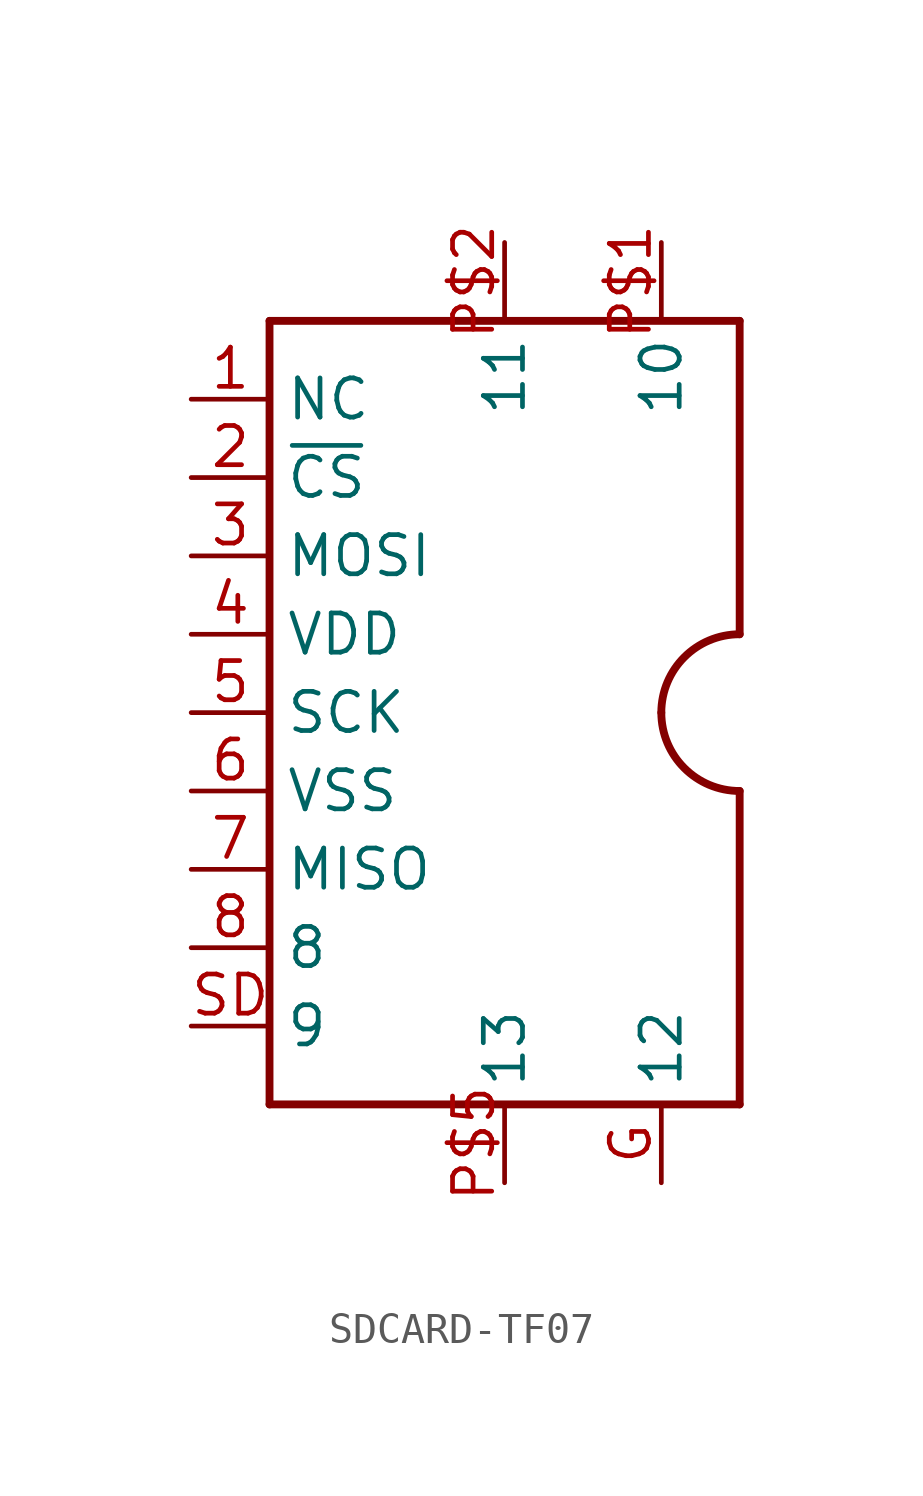
<source format=kicad_sym>
(kicad_symbol_lib
  (version 20220914)
  (generator kicad_symbol_editor)
  (symbol "SDCARD-TF07"
    (property "Reference" ""
      (at 0 0 0)
      (effects (font (size 1.27 1.27)) hide))
    (property "ki_locked" ""
      (at 0 0 0)
      (effects (font (size 1.27 1.27))))
    (symbol "SDCARD-TF07_1_0"
      (polyline (pts (xy -12.7 -12.7) (xy -12.7 12.7)) (stroke (width 0.254) (type solid)) (fill (type none)))
      (polyline (pts (xy -12.7 12.7) (xy 2.54 12.7)) (stroke (width 0.254) (type solid)) (fill (type none)))
      (polyline (pts (xy 2.54 -12.7) (xy -12.7 -12.7)) (stroke (width 0.254) (type solid)) (fill (type none)))
      (polyline (pts (xy 2.54 -2.54) (xy 2.54 -12.7)) (stroke (width 0.254) (type solid)) (fill (type none)))
      (polyline (pts (xy 2.54 12.7) (xy 2.54 2.54)) (stroke (width 0.254) (type solid)) (fill (type none)))
      (arc (start 0 0) (mid 0.7439 -1.7961) (end 2.54 -2.54) (stroke (width 0.254) (type solid)) (fill (type none)))
      (arc (start 2.54 2.54) (mid 0.7439 1.7961) (end 0 0) (stroke (width 0.254) (type solid)) (fill (type none)))
      (pin bidirectional line (at -15.24 10.16 0) (length 2.54) (name "NC" (effects (font (size 1.27 1.27)))) (number "1" (effects (font (size 1.27 1.27)))))
      (pin bidirectional line (at -15.24 7.62 0) (length 2.54) (name "~{CS}" (effects (font (size 1.27 1.27)))) (number "2" (effects (font (size 1.27 1.27)))))
      (pin bidirectional line (at -15.24 5.08 0) (length 2.54) (name "MOSI" (effects (font (size 1.27 1.27)))) (number "3" (effects (font (size 1.27 1.27)))))
      (pin bidirectional line (at -15.24 2.54 0) (length 2.54) (name "VDD" (effects (font (size 1.27 1.27)))) (number "4" (effects (font (size 1.27 1.27)))))
      (pin bidirectional line (at -15.24 0 0) (length 2.54) (name "SCK" (effects (font (size 1.27 1.27)))) (number "5" (effects (font (size 1.27 1.27)))))
      (pin bidirectional line (at -15.24 -2.54 0) (length 2.54) (name "VSS" (effects (font (size 1.27 1.27)))) (number "6" (effects (font (size 1.27 1.27)))))
      (pin bidirectional line (at -15.24 -5.08 0) (length 2.54) (name "MISO" (effects (font (size 1.27 1.27)))) (number "7" (effects (font (size 1.27 1.27)))))
      (pin bidirectional line (at -15.24 -7.62 0) (length 2.54) (name "8" (effects (font (size 1.27 1.27)))) (number "8" (effects (font (size 1.27 1.27)))))
      (pin bidirectional line (at 0 -15.24 90) (length 2.54) (name "12" (effects (font (size 1.27 1.27)))) (number "G" (effects (font (size 1.27 1.27)))))
      (pin bidirectional line (at 0 15.24 270) (length 2.54) (name "10" (effects (font (size 1.27 1.27)))) (number "P$1" (effects (font (size 1.27 1.27)))))
      (pin bidirectional line (at -5.08 15.24 270) (length 2.54) (name "11" (effects (font (size 1.27 1.27)))) (number "P$2" (effects (font (size 1.27 1.27)))))
      (pin bidirectional line (at -5.08 -15.24 90) (length 2.54) (name "13" (effects (font (size 1.27 1.27)))) (number "P$5" (effects (font (size 1.27 1.27)))))
      (pin bidirectional line (at -15.24 -10.16 0) (length 2.54) (name "9" (effects (font (size 1.27 1.27)))) (number "SD" (effects (font (size 1.27 1.27))))))))
</source>
